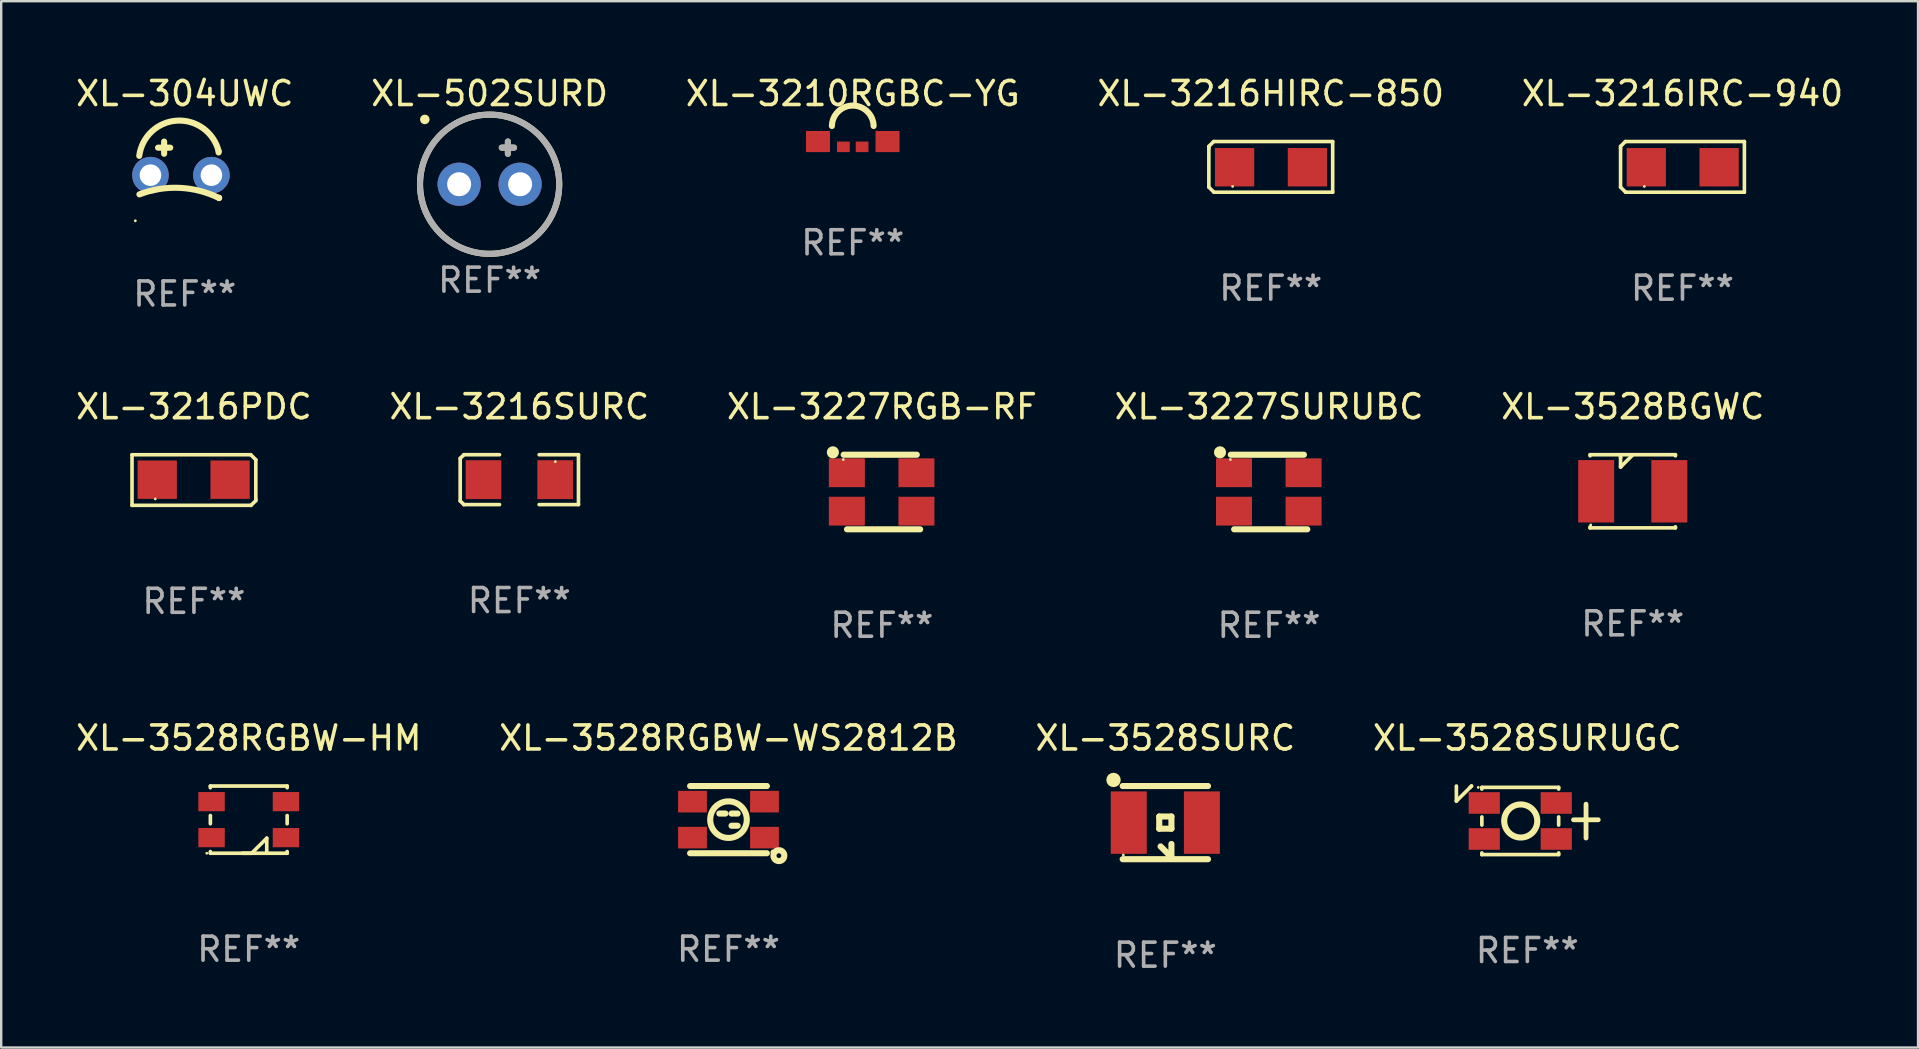
<source format=kicad_pcb>
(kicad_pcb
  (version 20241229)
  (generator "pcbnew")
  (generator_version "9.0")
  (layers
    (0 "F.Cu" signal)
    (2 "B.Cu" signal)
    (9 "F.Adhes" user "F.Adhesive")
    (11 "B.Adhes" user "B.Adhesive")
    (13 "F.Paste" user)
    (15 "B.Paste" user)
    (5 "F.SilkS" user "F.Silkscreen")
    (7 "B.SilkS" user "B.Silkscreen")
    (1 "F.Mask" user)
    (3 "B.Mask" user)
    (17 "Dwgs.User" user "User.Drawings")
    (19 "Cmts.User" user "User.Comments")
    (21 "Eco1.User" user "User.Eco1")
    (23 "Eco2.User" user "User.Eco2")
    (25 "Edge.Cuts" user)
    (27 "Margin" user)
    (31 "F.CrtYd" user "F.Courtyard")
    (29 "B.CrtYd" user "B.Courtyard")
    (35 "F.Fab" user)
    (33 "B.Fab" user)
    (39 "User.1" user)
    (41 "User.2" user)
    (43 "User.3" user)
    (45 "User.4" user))
  (footprint "XL-502SURD"
    (layer "F.Cu")
    (at 17.351 3.737)
    (property "Reference" "XL-502SURD" (at 0 -2.889 0) (layer "F.SilkS") (effects (font (size 1 1) (thickness 0.15))))
    (attr through_hole)
    (fp_line (start 0.508 -0.635) (end 1.016 -0.635) (stroke (width 0.254) (type solid)) (layer "F.SilkS"))
    (fp_line (start 0.762 -0.889) (end 0.762 -0.381) (stroke (width 0.254) (type solid)) (layer "F.SilkS"))
    (fp_circle (center -2.7 -1.811) (end -2.6 -1.811) (stroke (width 0.2) (type solid)) (fill no) (layer "F.SilkS"))
    (fp_circle (center 0 0.889) (end 2.9 0.889) (stroke (width 0.254) (type solid)) (fill no) (layer "F.SilkS"))
    (fp_line (start 0.508 -0.635) (end 1.016 -0.635) (stroke (width 0.254) (type solid)) (layer "F.Fab"))
    (fp_line (start 0.762 -0.889) (end 0.762 -0.381) (stroke (width 0.254) (type solid)) (layer "F.Fab"))
    (fp_circle (center 0 0.889) (end 2.9 0.889) (stroke (width 0.254) (type solid)) (fill no) (layer "F.Fab"))
    (fp_text user "REF**" (at 0 4.889 0) (layer "F.Fab") (effects (font (size 1 1) (thickness 0.15))))
    (pad "1" thru_hole circle (at -1.27 0.889) (size 1.8 1.8) (drill 1) (layers "*.Cu" "*.Mask"))
    (pad "2" thru_hole circle (at 1.27 0.889) (size 1.8 1.8) (drill 1) (layers "*.Cu" "*.Mask")))
  (footprint "XL-3216HIRC-850"
    (layer "F.Cu")
    (at 49.899 3.903)
    (property "Reference" "XL-3216HIRC-850" (at 0 -3.055 0) (layer "F.SilkS") (effects (font (size 1 1) (thickness 0.15))))
    (attr through_hole)
    (fp_line (start -2.58 -0.855) (end -2.38 -1.055) (stroke (width 0.15) (type solid)) (layer "F.SilkS"))
    (fp_line (start -2.58 -0.775) (end -2.58 -0.855) (stroke (width 0.15) (type solid)) (layer "F.SilkS"))
    (fp_line (start -2.58 -0.775) (end -2.58 0.845) (stroke (width 0.15) (type solid)) (layer "F.SilkS"))
    (fp_line (start -2.58 0.845) (end -2.37 1.055) (stroke (width 0.15) (type solid)) (layer "F.SilkS"))
    (fp_line (start -2.38 -1.055) (end 2.58 -1.055) (stroke (width 0.15) (type solid)) (layer "F.SilkS"))
    (fp_line (start 2.58 -1.055) (end 2.58 1.055) (stroke (width 0.15) (type solid)) (layer "F.SilkS"))
    (fp_line (start 2.58 1.055) (end -2.37 1.055) (stroke (width 0.15) (type solid)) (layer "F.SilkS"))
    (fp_circle (center -1.59 0.815) (end -1.56 0.815) (stroke (width 0.06) (type solid)) (fill no) (layer "F.SilkS"))
    (fp_text user "REF**" (at 0 5.055 0) (layer "F.Fab") (effects (font (size 1 1) (thickness 0.15))))
    (pad "1" smd rect (at -1.507 0.015) (size 1.635 1.6) (layers "F.Cu" "F.Mask" "F.Paste"))
    (pad "2" smd rect (at 1.527 0.015) (size 1.635 1.6) (layers "F.Cu" "F.Mask" "F.Paste")))
  (footprint "XL-3528RGBW-HM"
    (layer "F.Cu")
    (at 7.315 31.102)
    (property "Reference" "XL-3528RGBW-HM" (at 0 -3.4 0) (layer "F.SilkS") (effects (font (size 1 1) (thickness 0.15))))
    (attr through_hole)
    (fp_line (start -1.6 -1.4) (end -1.6 -1.33) (stroke (width 0.152) (type solid)) (layer "F.SilkS"))
    (fp_line (start -1.6 -0.17) (end -1.6 0.17) (stroke (width 0.152) (type solid)) (layer "F.SilkS"))
    (fp_line (start -1.6 1.33) (end -1.6 1.4) (stroke (width 0.152) (type solid)) (layer "F.SilkS"))
    (fp_line (start -1.6 1.4) (end 1.6 1.4) (stroke (width 0.152) (type solid)) (layer "F.SilkS"))
    (fp_line (start 0.12 1.4) (end -0.256 1.4) (stroke (width 0.152) (type solid)) (layer "F.SilkS"))
    (fp_line (start 0.75 0.773) (end 0.12 1.4) (stroke (width 0.152) (type solid)) (layer "F.SilkS"))
    (fp_line (start 0.75 1.4) (end 0.75 0.773) (stroke (width 0.152) (type solid)) (layer "F.SilkS"))
    (fp_line (start 1.6 -1.4) (end -1.6 -1.4) (stroke (width 0.152) (type solid)) (layer "F.SilkS"))
    (fp_line (start 1.6 -1.33) (end 1.6 -1.4) (stroke (width 0.152) (type solid)) (layer "F.SilkS"))
    (fp_line (start 1.6 0.17) (end 1.6 -0.17) (stroke (width 0.152) (type solid)) (layer "F.SilkS"))
    (fp_line (start 1.6 1.4) (end 1.6 1.33) (stroke (width 0.152) (type solid)) (layer "F.SilkS"))
    (fp_circle (center -1.75 1.4) (end -1.72 1.4) (stroke (width 0.06) (type solid)) (fill no) (layer "F.SilkS"))
    (fp_text user "REF**" (at 0 5.4 0) (layer "F.Fab") (effects (font (size 1 1) (thickness 0.15))))
    (pad "1" smd rect (at -1.55 0.75 270) (size 0.8 1.1) (layers "F.Cu" "F.Mask" "F.Paste"))
    (pad "2" smd rect (at -1.55 -0.75 270) (size 0.8 1.1) (layers "F.Cu" "F.Mask" "F.Paste"))
    (pad "3" smd rect (at 1.55 -0.75 270) (size 0.8 1.1) (layers "F.Cu" "F.Mask" "F.Paste"))
    (pad "4" smd rect (at 1.55 0.75 270) (size 0.8 1.1) (layers "F.Cu" "F.Mask" "F.Paste")))
  (footprint "XL-3227SURUBC"
    (layer "F.Cu")
    (at 49.827 17.451)
    (property "Reference" "XL-3227SURUBC" (at 0 -3.554 0) (layer "F.SilkS") (effects (font (size 1 1) (thickness 0.15))))
    (attr through_hole)
    (fp_line (start -1.594 -1.554) (end 1.454 -1.554) (stroke (width 0.254) (type solid)) (layer "F.SilkS"))
    (fp_line (start -1.454 1.554) (end 1.594 1.554) (stroke (width 0.254) (type solid)) (layer "F.SilkS"))
    (fp_circle (center -2.042 -1.654) (end -1.915 -1.654) (stroke (width 0.254) (type solid)) (fill no) (layer "F.SilkS"))
    (fp_circle (center -1.61 -1.353) (end -1.58 -1.353) (stroke (width 0.06) (type solid)) (fill no) (layer "F.SilkS"))
    (fp_text user "REF**" (at 0 5.554 0) (layer "F.Fab") (effects (font (size 1 1) (thickness 0.15))))
    (pad "1" smd rect (at -1.46 -0.803) (size 1.5 1.2) (layers "F.Cu" "F.Mask" "F.Paste"))
    (pad "2" smd rect (at 1.44 -0.803) (size 1.5 1.2) (layers "F.Cu" "F.Mask" "F.Paste"))
    (pad "3" smd rect (at -1.46 0.797) (size 1.5 1.2) (layers "F.Cu" "F.Mask" "F.Paste"))
    (pad "4" smd rect (at 1.44 0.797) (size 1.5 1.2) (layers "F.Cu" "F.Mask" "F.Paste")))
  (footprint "XL-3210RGBC-YG"
    (layer "F.Cu")
    (at 32.482 2.958)
    (property "Reference" "XL-3210RGBC-YG" (at 0 -2.11 0) (layer "F.SilkS") (effects (font (size 1 1) (thickness 0.15))))
    (attr through_hole)
    (fp_arc (start -0.869316 -0.757786) (mid -0.000025 -1.607589) (end 0.869266 -0.757785) (stroke (width 0.254001) (type solid)) (layer "F.SilkS"))
    (fp_text user "REF**" (at 0 4.11 0) (layer "F.Fab") (effects (font (size 1 1) (thickness 0.15))))
    (pad "1" smd rect (at 0.39 0.11) (size 0.53 0.44) (layers "F.Cu" "F.Mask" "F.Paste"))
    (pad "2" smd rect (at -0.39 0.11) (size 0.53 0.44) (layers "F.Cu" "F.Mask" "F.Paste"))
    (pad "3" smd rect (at 1.45 -0.11) (size 1 0.88) (layers "F.Cu" "F.Mask" "F.Paste"))
    (pad "4" smd rect (at -1.45 -0.11) (size 1 0.88) (layers "F.Cu" "F.Mask" "F.Paste")))
  (footprint "XL-3216PDC"
    (layer "F.Cu")
    (at 5.03 16.952)
    (property "Reference" "XL-3216PDC" (at 0 -3.055 0) (layer "F.SilkS") (effects (font (size 1 1) (thickness 0.15))))
    (attr through_hole)
    (fp_line (start -2.579 -1.054) (end 2.368 -1.054) (stroke (width 0.15) (type solid)) (layer "F.SilkS"))
    (fp_line (start -2.579 1.055) (end -2.579 -1.054) (stroke (width 0.15) (type solid)) (layer "F.SilkS"))
    (fp_line (start 2.379 1.055) (end -2.579 1.055) (stroke (width 0.15) (type solid)) (layer "F.SilkS"))
    (fp_line (start 2.579 0.775) (end 2.579 0.857) (stroke (width 0.15) (type solid)) (layer "F.SilkS"))
    (fp_line (start 2.579 0.857) (end 2.379 1.055) (stroke (width 0.15) (type solid)) (layer "F.SilkS"))
    (fp_line (start 2.579 -0.845) (end 2.369 -1.055) (stroke (width 0.15) (type solid)) (layer "F.SilkS"))
    (fp_line (start 2.579 0.775) (end 2.579 -0.845) (stroke (width 0.15) (type solid)) (layer "F.SilkS"))
    (fp_circle (center -1.611 0.785) (end -1.581 0.785) (stroke (width 0.06) (type solid)) (fill no) (layer "F.SilkS"))
    (fp_text user "REF**" (at 0 5.055 0) (layer "F.Fab") (effects (font (size 1 1) (thickness 0.15))))
    (pad "1" smd rect (at -1.528 -0.015 180) (size 1.635 1.6) (layers "F.Cu" "F.Mask" "F.Paste"))
    (pad "2" smd rect (at 1.507 -0.015 180) (size 1.635 1.6) (layers "F.Cu" "F.Mask" "F.Paste")))
  (footprint "XL-3528RGBW-WS2812B"
    (layer "F.Cu")
    (at 27.304 31.102)
    (property "Reference" "XL-3528RGBW-WS2812B" (at 0 -3.4 0) (layer "F.SilkS") (effects (font (size 1 1) (thickness 0.15))))
    (attr through_hole)
    (fp_line (start -1.6 -1.4) (end 1.6 -1.4) (stroke (width 0.254) (type solid)) (layer "F.SilkS"))
    (fp_line (start -0.127 -0.254) (end -0.381 -0.254) (stroke (width 0.254) (type solid)) (layer "F.SilkS"))
    (fp_line (start 0.381 -0.254) (end 0.127 -0.254) (stroke (width 0.254) (type solid)) (layer "F.SilkS"))
    (fp_line (start 0.381 0.254) (end 0.127 0.254) (stroke (width 0.254) (type solid)) (layer "F.SilkS"))
    (fp_line (start 1.6 1.4) (end -1.6 1.4) (stroke (width 0.254) (type solid)) (layer "F.SilkS"))
    (fp_circle (center 0.000102 0.000051) (end 0.762 0.000051) (stroke (width 0.254) (type solid)) (fill no) (layer "F.SilkS"))
    (fp_circle (center 1.85 1.35) (end 1.9 1.35) (stroke (width 0.1) (type solid)) (fill no) (layer "F.SilkS"))
    (fp_circle (center 2.1 1.5) (end 2.2 1.5) (stroke (width 0.254) (type solid)) (fill no) (layer "F.SilkS"))
    (fp_text user "REF**" (at 0 5.4 0) (layer "F.Fab") (effects (font (size 1 1) (thickness 0.15))))
    (pad "1" smd rect (at 1.5 0.75 180) (size 1.2 0.9) (layers "F.Cu" "F.Mask" "F.Paste"))
    (pad "2" smd rect (at 1.5 -0.75 180) (size 1.2 0.9) (layers "F.Cu" "F.Mask" "F.Paste"))
    (pad "3" smd rect (at -1.5 -0.75 180) (size 1.2 0.9) (layers "F.Cu" "F.Mask" "F.Paste"))
    (pad "4" smd rect (at -1.5 0.75 180) (size 1.2 0.9) (layers "F.Cu" "F.Mask" "F.Paste")))
  (footprint "XL-304UWC"
    (layer "F.Cu")
    (at 4.649 4.025)
    (property "Reference" "XL-304UWC" (at 0 -3.176 0) (layer "F.SilkS") (effects (font (size 1 1) (thickness 0.15))))
    (attr through_hole)
    (fp_line (start -1.114 -0.922) (end -0.606 -0.922) (stroke (width 0.254) (type solid)) (layer "F.SilkS"))
    (fp_line (start -0.86 -1.176) (end -0.86 -0.668) (stroke (width 0.254) (type solid)) (layer "F.SilkS"))
    (fp_line (start 1.41 -0.776) (end 1.41 -0.723) (stroke (width 0.254) (type solid)) (layer "F.SilkS"))
    (fp_line (start 1.43 1.176) (end 1.43 1.164) (stroke (width 0.254) (type solid)) (layer "F.SilkS"))
    (fp_arc (start -1.896926 -0.579731) (mid -0.324762 -2.048092) (end 1.410287 -0.776327) (stroke (width 0.254001) (type solid)) (layer "F.SilkS"))
    (fp_arc (start -1.889713 1.023673) (mid -0.214019 0.752413) (end 1.429718 1.176277) (stroke (width 0.254001) (type solid)) (layer "F.SilkS"))
    (fp_circle (center -2.06 2.124) (end -2.03 2.124) (stroke (width 0.06) (type solid)) (fill no) (layer "F.SilkS"))
    (fp_text user "REF**" (at 0 5.176 0) (layer "F.Fab") (effects (font (size 1 1) (thickness 0.15))))
    (pad "1" thru_hole circle (at -1.43 0.224) (size 1.524 1.524) (drill 0.9) (layers "*.Cu" "*.Mask"))
    (pad "2" thru_hole circle (at 1.11 0.224) (size 1.524 1.524) (drill 0.9) (layers "*.Cu" "*.Mask")))
  (footprint "XL-3528SURC"
    (layer "F.Cu")
    (at 45.506 31.226)
    (property "Reference" "XL-3528SURC" (at 0 -3.524 0) (layer "F.SilkS") (effects (font (size 1 1) (thickness 0.15))))
    (attr through_hole)
    (fp_line (start -1.778 -1.524) (end 1.778 -1.524) (stroke (width 0.254) (type solid)) (layer "F.SilkS"))
    (fp_line (start -1.778 1.524) (end 1.778 1.524) (stroke (width 0.254) (type solid)) (layer "F.SilkS"))
    (fp_line (start -0.254 -0.254) (end -0.254 0.254) (stroke (width 0.254) (type solid)) (layer "F.SilkS"))
    (fp_line (start -0.254 0.254) (end 0.254 0.254) (stroke (width 0.254) (type solid)) (layer "F.SilkS"))
    (fp_line (start 0.254 0.889) (end 0.254 1.44) (stroke (width 0.254) (type solid)) (layer "F.SilkS"))
    (fp_line (start 0.254 1.44) (end -0.198 0.991) (stroke (width 0.254) (type solid)) (layer "F.SilkS"))
    (fp_line (start 0.254 -0.254) (end -0.254 -0.254) (stroke (width 0.254) (type solid)) (layer "F.SilkS"))
    (fp_line (start 0.254 0.254) (end 0.254 -0.254) (stroke (width 0.254) (type solid)) (layer "F.SilkS"))
    (fp_circle (center -2.159 -1.778) (end -2.009 -1.778) (stroke (width 0.3) (type solid)) (fill no) (layer "F.SilkS"))
    (fp_circle (center -1.75 1.35) (end -1.72 1.35) (stroke (width 0.06) (type solid)) (fill no) (layer "F.SilkS"))
    (fp_text user "REF**" (at 0 5.524 0) (layer "F.Fab") (effects (font (size 1 1) (thickness 0.15))))
    (pad "1" smd rect (at -1.524 -0.000025) (size 1.5 2.6) (layers "F.Cu" "F.Mask" "F.Paste"))
    (pad "2" smd rect (at 1.524 -0.000025) (size 1.5 2.6) (layers "F.Cu" "F.Mask" "F.Paste")))
  (footprint "XL-3528BGWC"
    (layer "F.Cu")
    (at 64.982 17.421)
    (property "Reference" "XL-3528BGWC" (at 0 -3.524 0) (layer "F.SilkS") (effects (font (size 1 1) (thickness 0.15))))
    (attr through_hole)
    (fp_line (start -1.778 -1.524) (end -1.778 -1.48) (stroke (width 0.152) (type solid)) (layer "F.SilkS"))
    (fp_line (start -1.778 1.48) (end -1.778 1.524) (stroke (width 0.152) (type solid)) (layer "F.SilkS"))
    (fp_line (start -0.508 -1.483) (end -0.549 -1.524) (stroke (width 0.152) (type solid)) (layer "F.SilkS"))
    (fp_line (start -0.508 -1.397) (end -0.508 -1.483) (stroke (width 0.152) (type solid)) (layer "F.SilkS"))
    (fp_line (start -0.508 -1.397) (end -0.508 -1.016) (stroke (width 0.152) (type solid)) (layer "F.SilkS"))
    (fp_line (start -0.508 -1.016) (end -0.502 -1.016) (stroke (width 0.152) (type solid)) (layer "F.SilkS"))
    (fp_line (start -0.502 -1.016) (end 0.006 -1.524) (stroke (width 0.152) (type solid)) (layer "F.SilkS"))
    (fp_line (start 1.778 -1.524) (end -1.778 -1.524) (stroke (width 0.152) (type solid)) (layer "F.SilkS"))
    (fp_line (start 1.778 -1.48) (end 1.778 -1.524) (stroke (width 0.152) (type solid)) (layer "F.SilkS"))
    (fp_line (start 1.778 1.524) (end -1.778 1.524) (stroke (width 0.152) (type solid)) (layer "F.SilkS"))
    (fp_line (start 1.778 1.524) (end 1.778 1.48) (stroke (width 0.152) (type solid)) (layer "F.SilkS"))
    (fp_circle (center -1.75 1.4) (end -1.72 1.4) (stroke (width 0.06) (type solid)) (fill no) (layer "F.SilkS"))
    (fp_text user "REF**" (at 0 5.524 0) (layer "F.Fab") (effects (font (size 1 1) (thickness 0.15))))
    (pad "1" smd rect (at -1.524 0) (size 1.5 2.6) (layers "F.Cu" "F.Mask" "F.Paste"))
    (pad "2" smd rect (at 1.524 0) (size 1.5 2.6) (layers "F.Cu" "F.Mask" "F.Paste")))
  (footprint "XL-3227RGB-RF"
    (layer "F.Cu")
    (at 33.696 17.451)
    (property "Reference" "XL-3227RGB-RF" (at 0 -3.554 0) (layer "F.SilkS") (effects (font (size 1 1) (thickness 0.15))))
    (attr through_hole)
    (fp_line (start -1.594 -1.554) (end 1.454 -1.554) (stroke (width 0.254) (type solid)) (layer "F.SilkS"))
    (fp_line (start -1.454 1.554) (end 1.594 1.554) (stroke (width 0.254) (type solid)) (layer "F.SilkS"))
    (fp_circle (center -2.042 -1.654) (end -1.915 -1.654) (stroke (width 0.254) (type solid)) (fill no) (layer "F.SilkS"))
    (fp_circle (center -1.61 -1.353) (end -1.58 -1.353) (stroke (width 0.06) (type solid)) (fill no) (layer "F.SilkS"))
    (fp_text user "REF**" (at 0 5.554 0) (layer "F.Fab") (effects (font (size 1 1) (thickness 0.15))))
    (pad "1" smd rect (at -1.46 -0.803) (size 1.5 1.2) (layers "F.Cu" "F.Mask" "F.Paste"))
    (pad "2" smd rect (at 1.44 -0.803) (size 1.5 1.2) (layers "F.Cu" "F.Mask" "F.Paste"))
    (pad "3" smd rect (at -1.46 0.797) (size 1.5 1.2) (layers "F.Cu" "F.Mask" "F.Paste"))
    (pad "4" smd rect (at 1.44 0.797) (size 1.5 1.2) (layers "F.Cu" "F.Mask" "F.Paste")))
  (footprint "XL-3216SURC"
    (layer "F.Cu")
    (at 18.589 16.936)
    (property "Reference" "XL-3216SURC" (at 0 -3.039 0) (layer "F.SilkS") (effects (font (size 1 1) (thickness 0.15))))
    (attr through_hole)
    (fp_line (start -2.464 -0.886) (end -2.311 -1.039) (stroke (width 0.152) (type solid)) (layer "F.SilkS"))
    (fp_line (start -2.464 0.886) (end -2.464 -0.886) (stroke (width 0.152) (type solid)) (layer "F.SilkS"))
    (fp_line (start -2.311 -1.039) (end -0.826 -1.039) (stroke (width 0.152) (type solid)) (layer "F.SilkS"))
    (fp_line (start -2.311 1.039) (end -2.464 0.886) (stroke (width 0.152) (type solid)) (layer "F.SilkS"))
    (fp_line (start -0.826 1.039) (end -2.311 1.039) (stroke (width 0.152) (type solid)) (layer "F.SilkS"))
    (fp_line (start 0.826 1.039) (end 2.464 1.039) (stroke (width 0.152) (type solid)) (layer "F.SilkS"))
    (fp_line (start 2.464 -1.039) (end 0.826 -1.039) (stroke (width 0.152) (type solid)) (layer "F.SilkS"))
    (fp_line (start 2.464 1.039) (end 2.464 -1.039) (stroke (width 0.152) (type solid)) (layer "F.SilkS"))
    (fp_circle (center 1.5 -0.75) (end 1.53 -0.75) (stroke (width 0.06) (type solid)) (fill no) (layer "F.SilkS"))
    (fp_text user "REF**" (at 0 5.039 0) (layer "F.Fab") (effects (font (size 1 1) (thickness 0.15))))
    (pad "1" smd rect (at 1.493 0) (size 1.485 1.62) (layers "F.Cu" "F.Mask" "F.Paste"))
    (pad "2" smd rect (at -1.493 0) (size 1.485 1.62) (layers "F.Cu" "F.Mask" "F.Paste")))
  (footprint "XL-3216IRC-940"
    (layer "F.Cu")
    (at 67.054 3.903)
    (property "Reference" "XL-3216IRC-940" (at 0 -3.055 0) (layer "F.SilkS") (effects (font (size 1 1) (thickness 0.15))))
    (attr through_hole)
    (fp_line (start -2.58 -0.855) (end -2.38 -1.055) (stroke (width 0.15) (type solid)) (layer "F.SilkS"))
    (fp_line (start -2.58 -0.775) (end -2.58 -0.855) (stroke (width 0.15) (type solid)) (layer "F.SilkS"))
    (fp_line (start -2.58 -0.775) (end -2.58 0.845) (stroke (width 0.15) (type solid)) (layer "F.SilkS"))
    (fp_line (start -2.58 0.845) (end -2.37 1.055) (stroke (width 0.15) (type solid)) (layer "F.SilkS"))
    (fp_line (start -2.38 -1.055) (end 2.58 -1.055) (stroke (width 0.15) (type solid)) (layer "F.SilkS"))
    (fp_line (start 2.58 -1.055) (end 2.58 1.055) (stroke (width 0.15) (type solid)) (layer "F.SilkS"))
    (fp_line (start 2.58 1.055) (end -2.37 1.055) (stroke (width 0.15) (type solid)) (layer "F.SilkS"))
    (fp_circle (center -1.59 0.815) (end -1.56 0.815) (stroke (width 0.06) (type solid)) (fill no) (layer "F.SilkS"))
    (fp_text user "REF**" (at 0 5.055 0) (layer "F.Fab") (effects (font (size 1 1) (thickness 0.15))))
    (pad "1" smd rect (at -1.507 0.015) (size 1.635 1.6) (layers "F.Cu" "F.Mask" "F.Paste"))
    (pad "2" smd rect (at 1.527 0.015) (size 1.635 1.6) (layers "F.Cu" "F.Mask" "F.Paste")))
  (footprint "XL-3528SURUGC"
    (layer "F.Cu")
    (at 60.589 31.13)
    (property "Reference" "XL-3528SURUGC" (at 0 -3.428 0) (layer "F.SilkS") (effects (font (size 1 1) (thickness 0.15))))
    (attr through_hole)
    (fp_line (start -2.956 -1.428) (end -2.956 -0.801) (stroke (width 0.152) (type solid)) (layer "F.SilkS"))
    (fp_line (start -2.956 -0.801) (end -2.326 -1.428) (stroke (width 0.152) (type solid)) (layer "F.SilkS"))
    (fp_line (start -2.326 -1.428) (end -2.384 -1.372) (stroke (width 0.152) (type solid)) (layer "F.SilkS"))
    (fp_line (start -1.894 -1.372) (end 1.306 -1.372) (stroke (width 0.152) (type solid)) (layer "F.SilkS"))
    (fp_line (start -1.894 -1.302) (end -1.894 -1.372) (stroke (width 0.152) (type solid)) (layer "F.SilkS"))
    (fp_line (start -1.894 0.198) (end -1.894 -0.141) (stroke (width 0.152) (type solid)) (layer "F.SilkS"))
    (fp_line (start -1.894 1.428) (end -1.894 1.359) (stroke (width 0.152) (type solid)) (layer "F.SilkS"))
    (fp_line (start 1.306 -1.372) (end 1.306 -1.302) (stroke (width 0.152) (type solid)) (layer "F.SilkS"))
    (fp_line (start 1.306 -0.141) (end 1.306 0.198) (stroke (width 0.152) (type solid)) (layer "F.SilkS"))
    (fp_line (start 1.306 1.359) (end 1.306 1.428) (stroke (width 0.152) (type solid)) (layer "F.SilkS"))
    (fp_line (start 1.306 1.428) (end -1.894 1.428) (stroke (width 0.152) (type solid)) (layer "F.SilkS"))
    (fp_line (start 1.926 -0.022) (end 2.956 -0.022) (stroke (width 0.2) (type solid)) (layer "F.SilkS"))
    (fp_line (start 2.446 -0.672) (end 2.446 0.738) (stroke (width 0.2) (type solid)) (layer "F.SilkS"))
    (fp_circle (center -2.044 -1.372) (end -2.014 -1.372) (stroke (width 0.06) (type solid)) (fill no) (layer "F.SilkS"))
    (fp_circle (center -0.274 0.028) (end 0.415 0.028) (stroke (width 0.254) (type solid)) (fill no) (layer "F.SilkS"))
    (fp_text user "REF**" (at 0 5.428 0) (layer "F.Fab") (effects (font (size 1 1) (thickness 0.15))))
    (pad "1" smd rect (at -1.794 -0.722 90) (size 0.9 1.3) (layers "F.Cu" "F.Mask" "F.Paste"))
    (pad "2" smd rect (at 1.206 -0.722 90) (size 0.9 1.3) (layers "F.Cu" "F.Mask" "F.Paste"))
    (pad "3" smd rect (at -1.794 0.778 90) (size 0.9 1.3) (layers "F.Cu" "F.Mask" "F.Paste"))
    (pad "4" smd rect (at 1.206 0.778 90) (size 0.9 1.3) (layers "F.Cu" "F.Mask" "F.Paste")))
  (gr_rect
    (start -3 -3)
    (end 76.869 40.598)
    (stroke (width 0.1) (type default))
    (fill no)
    (layer "Edge.Cuts")))
</source>
